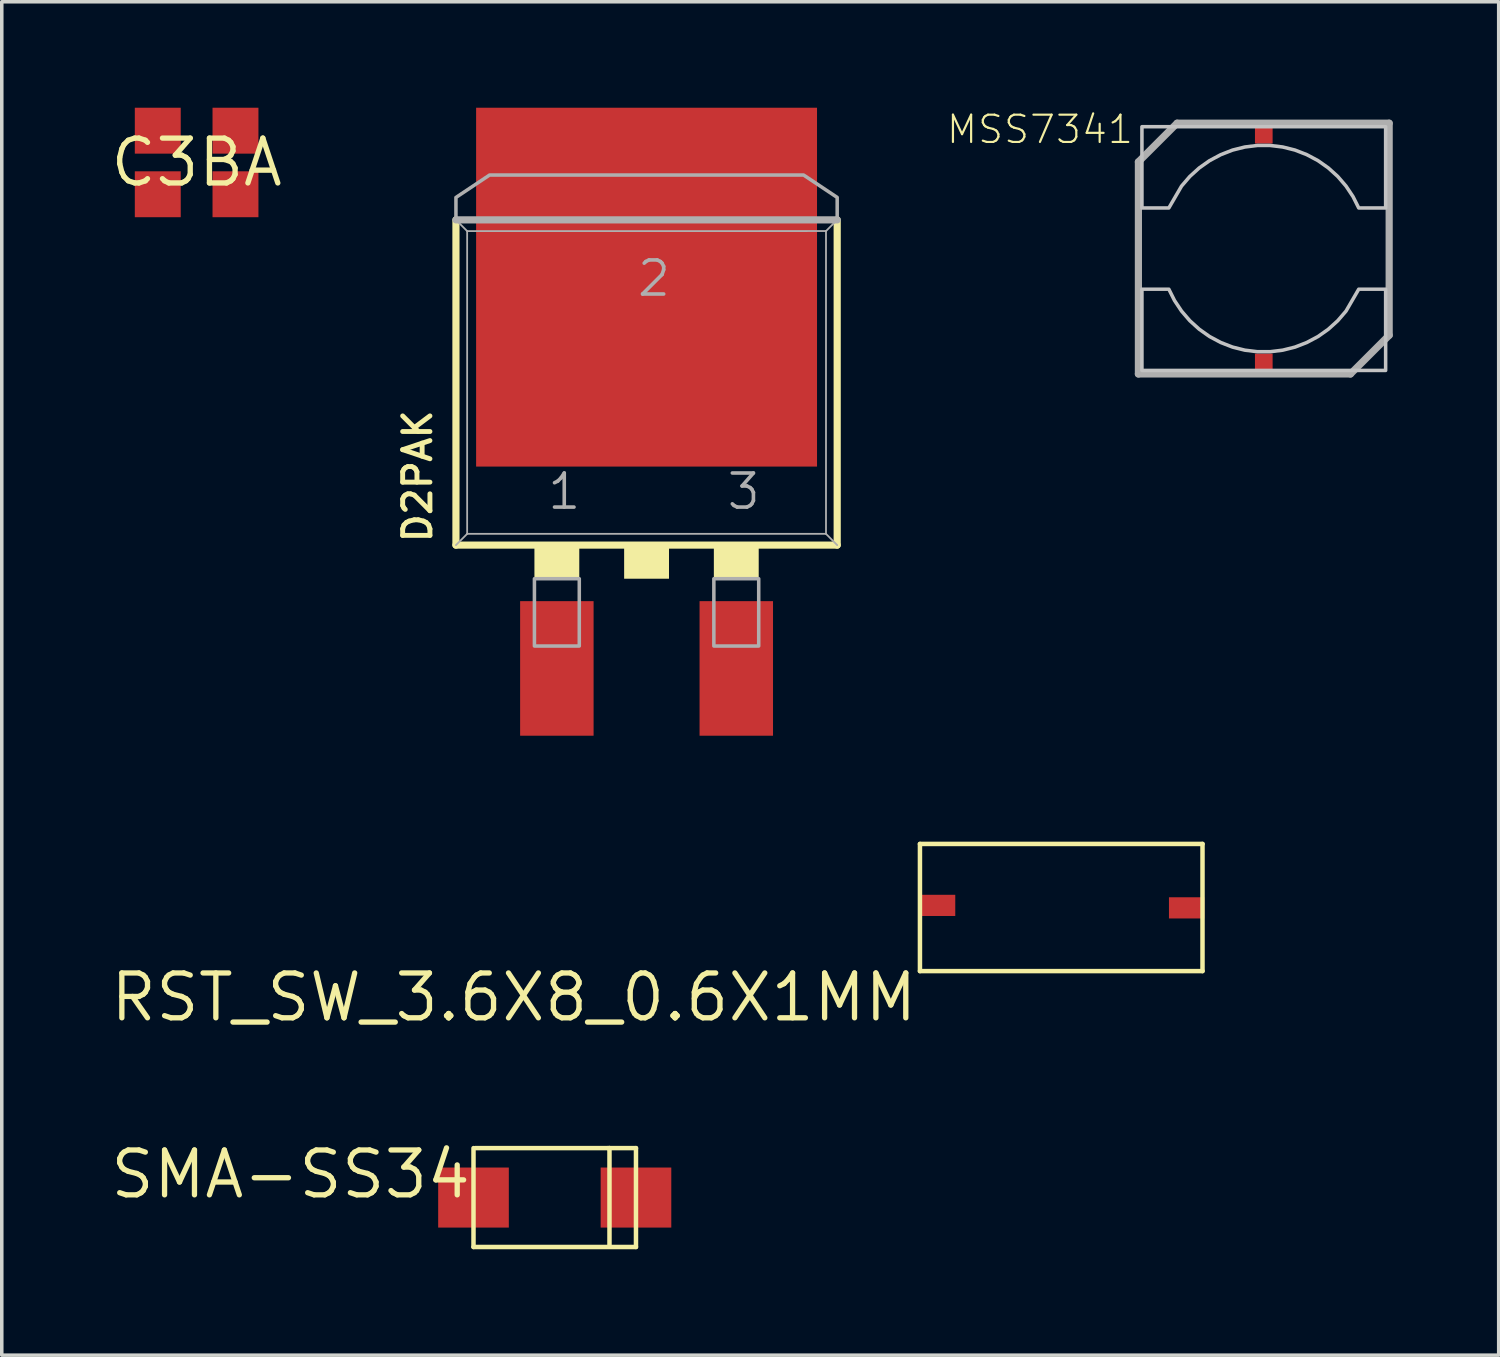
<source format=kicad_pcb>
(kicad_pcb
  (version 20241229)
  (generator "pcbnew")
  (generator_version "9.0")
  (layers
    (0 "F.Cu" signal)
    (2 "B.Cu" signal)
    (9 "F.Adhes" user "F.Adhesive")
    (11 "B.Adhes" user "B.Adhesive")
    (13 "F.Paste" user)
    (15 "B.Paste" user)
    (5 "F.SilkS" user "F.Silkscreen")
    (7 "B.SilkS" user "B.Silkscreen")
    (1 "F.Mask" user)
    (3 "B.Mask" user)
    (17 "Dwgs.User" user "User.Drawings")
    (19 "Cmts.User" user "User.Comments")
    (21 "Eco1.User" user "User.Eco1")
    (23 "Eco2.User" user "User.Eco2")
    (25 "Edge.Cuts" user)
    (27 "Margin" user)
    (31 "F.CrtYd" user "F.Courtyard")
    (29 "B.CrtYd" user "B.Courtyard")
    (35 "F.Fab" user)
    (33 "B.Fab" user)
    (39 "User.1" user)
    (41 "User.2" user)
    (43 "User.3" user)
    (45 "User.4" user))
  (footprint "D2PAK"
    (layer "F.Cu")
    (at 15.256 7.62)
    (property "Reference" "D2PAK" (at -6.032 4.763 90) (layer "F.SilkS") (effects (font (size 0.772 0.772) (thickness 0.139)) (justify left bottom)))
    (attr through_hole)
    (fp_line (start -5.397 4.763) (end -5.397 -4.445) (stroke (width 0.203) (type solid)) (layer "F.SilkS"))
    (fp_line (start 5.397 -4.445) (end 5.397 4.763) (stroke (width 0.203) (type solid)) (layer "F.SilkS"))
    (fp_line (start 5.397 4.763) (end -5.397 4.763) (stroke (width 0.203) (type solid)) (layer "F.SilkS"))
    (fp_poly (pts (xy -3.175 5.715) (xy -1.905 5.715) (xy -1.905 4.763) (xy -3.175 4.763)) (stroke (width 0) (type solid)) (fill yes) (layer "F.SilkS"))
    (fp_poly (pts (xy -0.635 5.715) (xy 0.635 5.715) (xy 0.635 4.762) (xy -0.635 4.762)) (stroke (width 0) (type solid)) (fill yes) (layer "F.SilkS"))
    (fp_poly (pts (xy 1.905 5.715) (xy 3.175 5.715) (xy 3.175 4.763) (xy 1.905 4.763)) (stroke (width 0) (type solid)) (fill yes) (layer "F.SilkS"))
    (fp_line (start -5.397 -4.445) (end 5.397 -4.445) (stroke (width 0.203) (type solid)) (layer "F.Fab"))
    (fp_line (start -5.08 -4.127) (end -5.397 -4.445) (stroke (width 0.051) (type solid)) (layer "F.Fab"))
    (fp_line (start -5.08 -4.127) (end 5.08 -4.128) (stroke (width 0.051) (type solid)) (layer "F.Fab"))
    (fp_line (start -5.08 4.445) (end -5.397 4.763) (stroke (width 0.051) (type solid)) (layer "F.Fab"))
    (fp_line (start -5.08 4.445) (end -5.08 -4.127) (stroke (width 0.051) (type solid)) (layer "F.Fab"))
    (fp_line (start -5.08 4.445) (end 5.08 4.445) (stroke (width 0.051) (type solid)) (layer "F.Fab"))
    (fp_line (start 5.08 -4.128) (end 5.08 4.445) (stroke (width 0.051) (type solid)) (layer "F.Fab"))
    (fp_line (start 5.08 -4.128) (end 5.397 -4.445) (stroke (width 0.051) (type solid)) (layer "F.Fab"))
    (fp_line (start 5.08 4.445) (end 5.397 4.763) (stroke (width 0.051) (type solid)) (layer "F.Fab"))
    (fp_poly (pts (xy -3.175 7.62) (xy -1.905 7.62) (xy -1.905 5.715) (xy -3.175 5.715)) (stroke (width 0.1) (type solid)) (fill no) (layer "F.Fab"))
    (fp_poly (pts (xy 1.905 7.62) (xy 3.175 7.62) (xy 3.175 5.715) (xy 1.905 5.715)) (stroke (width 0.1) (type solid)) (fill no) (layer "F.Fab"))
    (fp_poly (pts (xy -5.397 -4.445) (xy -5.397 -5.08) (xy -4.445 -5.715) (xy 4.445 -5.715) (xy 5.397 -5.08) (xy 5.397 -4.445)) (stroke (width 0.1) (type solid)) (fill no) (layer "F.Fab"))
    (fp_text user "3" (at 2.223 3.81 0) (layer "F.Fab") (effects (font (size 0.965 0.965) (thickness 0.102)) (justify left bottom)))
    (fp_text user "1" (at -2.857 3.81 0) (layer "F.Fab") (effects (font (size 0.965 0.965) (thickness 0.102)) (justify left bottom)))
    (fp_text user "2" (at -0.318 -2.223 0) (layer "F.Fab") (effects (font (size 0.965 0.965) (thickness 0.102)) (justify left bottom)))
    (pad "1" smd rect (at -2.54 8.255 180) (size 2.08 3.81) (layers "F.Cu" "F.Mask" "F.Paste"))
    (pad "2" smd rect (at 0 -2.54 270) (size 10.16 9.652) (layers "F.Cu" "F.Mask" "F.Paste"))
    (pad "3" smd rect (at 2.54 8.255 180) (size 2.08 3.81) (layers "F.Cu" "F.Mask" "F.Paste")))
  (footprint "MSS7341"
    (layer "F.Cu")
    (at 32.731 3.988)
    (property "Reference" "MSS7341" (at -3.65 -3.825 180) (layer "F.SilkS") (effects (font (size 0.772 0.772) (thickness 0.062)) (justify right top)))
    (attr through_hole)
    (fp_poly (pts (xy -3.45 -1.15) (xy -3.45 -3.45) (xy 3.45 -3.45) (xy 3.45 -1.15) (xy 2.688 -1.15) (xy 2.527 -1.471) (xy 2.328 -1.77) (xy 2.094 -2.042) (xy 1.828 -2.283) (xy 1.535 -2.49) (xy 1.218 -2.659) (xy 0.884 -2.789) (xy 0.536 -2.876) (xy 0.179 -2.92) (xy -0.179 -2.92) (xy -0.536 -2.876) (xy -0.884 -2.789) (xy -1.218 -2.659) (xy -1.535 -2.49) (xy -1.828 -2.283) (xy -2.094 -2.042) (xy -2.328 -1.77) (xy -2.688 -1.15)) (stroke (width 0) (type solid)) (fill yes) (layer "F.Mask"))
    (fp_poly (pts (xy 3.45 1.15) (xy 3.45 3.45) (xy -3.45 3.45) (xy -3.45 1.15) (xy -2.688 1.15) (xy -2.527 1.471) (xy -2.328 1.77) (xy -2.094 2.042) (xy -1.828 2.283) (xy -1.535 2.49) (xy -1.218 2.659) (xy -0.884 2.789) (xy -0.536 2.876) (xy -0.179 2.92) (xy 0.179 2.92) (xy 0.536 2.876) (xy 0.884 2.789) (xy 1.218 2.659) (xy 1.535 2.49) (xy 1.828 2.283) (xy 2.094 2.042) (xy 2.328 1.77) (xy 2.688 1.15)) (stroke (width 0) (type solid)) (fill yes) (layer "F.Mask"))
    (fp_poly (pts (xy -3.45 -1.15) (xy -3.45 -3.45) (xy 3.45 -3.45) (xy 3.45 -1.15) (xy 2.688 -1.15) (xy 2.527 -1.471) (xy 2.328 -1.77) (xy 2.094 -2.042) (xy 1.828 -2.283) (xy 1.535 -2.49) (xy 1.218 -2.659) (xy 0.884 -2.789) (xy 0.536 -2.876) (xy 0.179 -2.92) (xy -0.179 -2.92) (xy -0.536 -2.876) (xy -0.884 -2.789) (xy -1.218 -2.659) (xy -1.535 -2.49) (xy -1.828 -2.283) (xy -2.094 -2.042) (xy -2.328 -1.77) (xy -2.688 -1.15)) (stroke (width 0) (type solid)) (fill yes) (layer "F.Paste"))
    (fp_poly (pts (xy 3.45 1.15) (xy 3.45 3.45) (xy -3.45 3.45) (xy -3.45 1.15) (xy -2.688 1.15) (xy -2.527 1.471) (xy -2.328 1.77) (xy -2.094 2.042) (xy -1.828 2.283) (xy -1.535 2.49) (xy -1.218 2.659) (xy -0.884 2.789) (xy -0.536 2.876) (xy -0.179 2.92) (xy 0.179 2.92) (xy 0.536 2.876) (xy 0.884 2.789) (xy 1.218 2.659) (xy 1.535 2.49) (xy 1.828 2.283) (xy 2.094 2.042) (xy 2.328 1.77) (xy 2.688 1.15)) (stroke (width 0) (type solid)) (fill yes) (layer "F.Paste"))
    (fp_poly (pts (xy -3.45 -1.15) (xy -3.45 -3.45) (xy 3.45 -3.45) (xy 3.45 -1.15) (xy 2.688 -1.15) (xy 2.527 -1.471) (xy 2.328 -1.77) (xy 2.094 -2.042) (xy 1.828 -2.283) (xy 1.535 -2.49) (xy 1.218 -2.659) (xy 0.884 -2.789) (xy 0.536 -2.876) (xy 0.179 -2.92) (xy -0.179 -2.92) (xy -0.536 -2.876) (xy -0.884 -2.789) (xy -1.218 -2.659) (xy -1.535 -2.49) (xy -1.828 -2.283) (xy -2.094 -2.042) (xy -2.328 -1.77) (xy -2.688 -1.15)) (stroke (width 0.1) (type solid)) (fill no) (layer "Dwgs.User"))
    (fp_poly (pts (xy 3.45 1.15) (xy 3.45 3.45) (xy -3.45 3.45) (xy -3.45 1.15) (xy -2.688 1.15) (xy -2.527 1.471) (xy -2.328 1.77) (xy -2.094 2.042) (xy -1.828 2.283) (xy -1.535 2.49) (xy -1.218 2.659) (xy -0.884 2.789) (xy -0.536 2.876) (xy -0.179 2.92) (xy 0.179 2.92) (xy 0.536 2.876) (xy 0.884 2.789) (xy 1.218 2.659) (xy 1.535 2.49) (xy 1.828 2.283) (xy 2.094 2.042) (xy 2.328 1.77) (xy 2.688 1.15)) (stroke (width 0.1) (type solid)) (fill no) (layer "Dwgs.User"))
    (fp_line (start -3.55 -2.454) (end -2.454 -3.55) (stroke (width 0.203) (type solid)) (layer "F.Fab"))
    (fp_line (start -3.55 3.55) (end -3.55 -2.454) (stroke (width 0.203) (type solid)) (layer "F.Fab"))
    (fp_line (start -2.454 -3.55) (end 3.55 -3.55) (stroke (width 0.203) (type solid)) (layer "F.Fab"))
    (fp_line (start 2.454 3.55) (end -3.55 3.55) (stroke (width 0.203) (type solid)) (layer "F.Fab"))
    (fp_line (start 3.55 -3.55) (end 3.55 2.454) (stroke (width 0.203) (type solid)) (layer "F.Fab"))
    (fp_line (start 3.55 2.454) (end 2.454 3.55) (stroke (width 0.203) (type solid)) (layer "F.Fab"))
    (pad "1" smd rect (at 0 -3.225) (size 0.5 0.5) (layers "F.Cu" "F.Mask"))
    (pad "2" smd rect (at 0 3.225 180) (size 0.5 0.5) (layers "F.Cu" "F.Mask")))
  (footprint "SMA-SS34"
    (layer "F.Cu")
    (at 10.356 29.456)
    (property "Reference" "SMA-SS34" (at 0 0 0) (layer "F.SilkS") (effects (font (size 1.27 1.27) (thickness 0.15)) (justify right top)))
    (attr through_hole)
    (fp_line (start 0 2.8) (end 0 0) (stroke (width 0.127) (type solid)) (layer "F.SilkS"))
    (fp_line (start 0.05 0) (end 3.81 0) (stroke (width 0.127) (type solid)) (layer "F.SilkS"))
    (fp_line (start 3.81 0) (end 3.85 0) (stroke (width 0.127) (type solid)) (layer "F.SilkS"))
    (fp_line (start 3.85 0) (end 3.85 2.75) (stroke (width 0.127) (type solid)) (layer "F.SilkS"))
    (fp_line (start 3.85 0) (end 4.6 0) (stroke (width 0.127) (type solid)) (layer "F.SilkS"))
    (fp_line (start 4.6 0) (end 4.6 2.8) (stroke (width 0.127) (type solid)) (layer "F.SilkS"))
    (fp_line (start 4.6 2.8) (end 0 2.8) (stroke (width 0.127) (type solid)) (layer "F.SilkS"))
    (pad "1" smd rect (at 0 1.4) (size 2 1.7) (layers "F.Cu" "F.Mask" "F.Paste"))
    (pad "2" smd rect (at 4.6 1.4) (size 2 1.7) (layers "F.Cu" "F.Mask" "F.Paste")))
  (footprint "C3BA"
    (layer "F.Cu")
    (at 2.517 1.55)
    (property "Reference" "C3BA" (at 0 0 0) (layer "F.SilkS") (effects (font (size 1.27 1.27) (thickness 0.15))))
    (attr through_hole)
    (pad "P$1" smd rect (at 1.1 -0.9) (size 1.3 1.3) (layers "F.Cu" "F.Mask" "F.Paste"))
    (pad "P$2" smd rect (at -1.1 -0.9) (size 1.3 1.3) (layers "F.Cu" "F.Mask" "F.Paste"))
    (pad "P$3" smd rect (at -1.1 0.9) (size 1.3 1.3) (layers "F.Cu" "F.Mask" "F.Paste"))
    (pad "P$4" smd rect (at 1.1 0.9) (size 1.3 1.3) (layers "F.Cu" "F.Mask" "F.Paste")))
  (footprint "RST_SW_3.6X8_0.6X1MM"
    (layer "F.Cu")
    (at 22.996 24.444)
    (property "Reference" "RST_SW_3.6X8_0.6X1MM" (at 0 0 0) (layer "F.SilkS") (effects (font (size 1.27 1.27) (thickness 0.15)) (justify right top)))
    (attr through_hole)
    (fp_line (start 0 -3.6) (end 0 0) (stroke (width 0.127) (type solid)) (layer "F.SilkS"))
    (fp_line (start 0 0) (end 8 0) (stroke (width 0.127) (type solid)) (layer "F.SilkS"))
    (fp_line (start 8 -3.6) (end 0 -3.6) (stroke (width 0.127) (type solid)) (layer "F.SilkS"))
    (fp_line (start 8 0) (end 8 -3.6) (stroke (width 0.127) (type solid)) (layer "F.SilkS"))
    (pad "P$1" smd rect (at 0.5 -1.86) (size 1 0.6) (layers "F.Cu" "F.Mask" "F.Paste"))
    (pad "P$2" smd rect (at 7.55 -1.79) (size 1 0.6) (layers "F.Cu" "F.Mask" "F.Paste")))
  (gr_rect
    (start -3 -3)
    (end 39.382 35.319)
    (stroke (width 0.1) (type default))
    (fill no)
    (layer "Edge.Cuts")))
</source>
